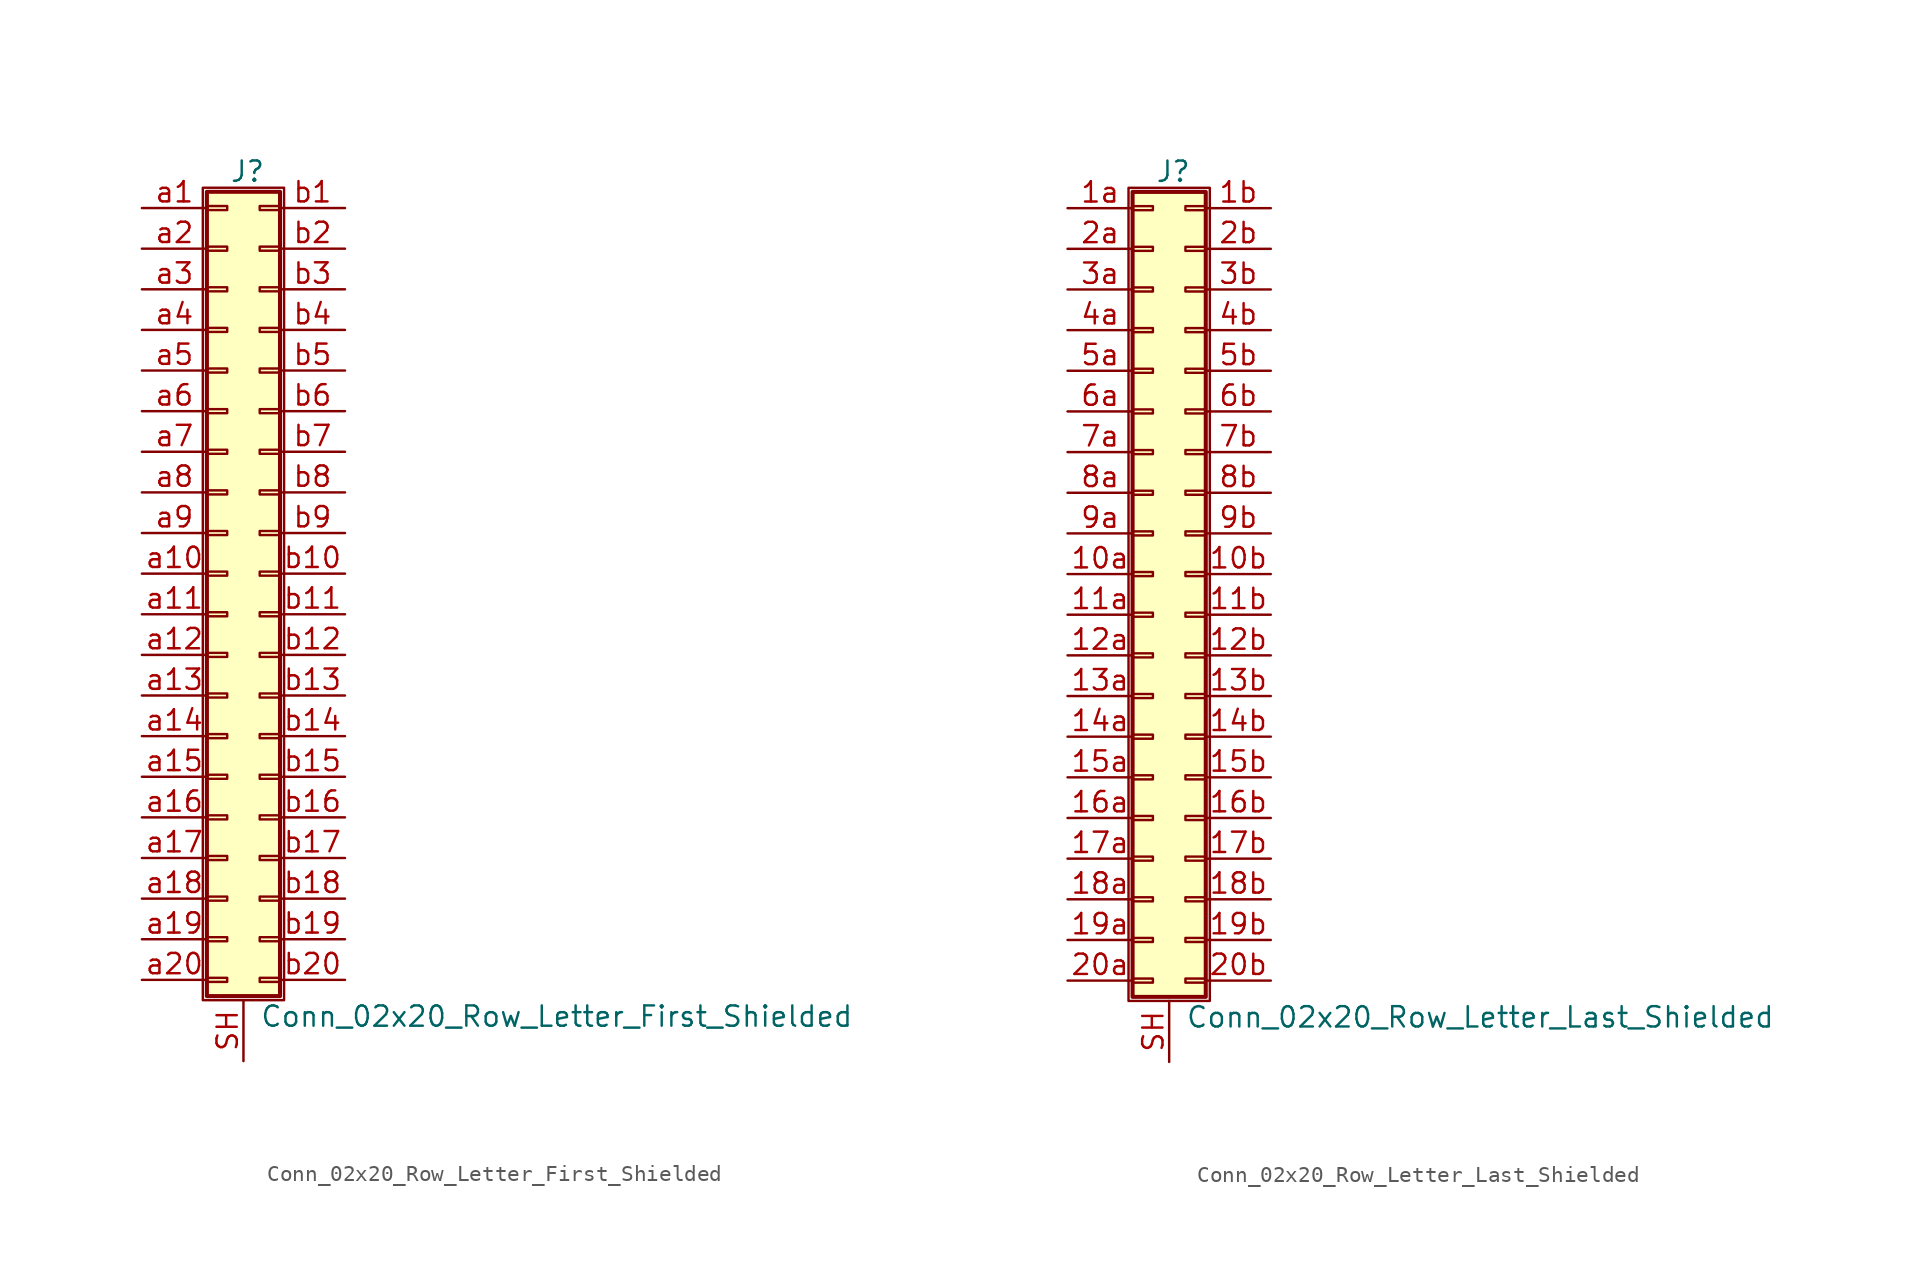
<source format=kicad_sym>
(kicad_symbol_lib
  (version 20201005)
  (generator kicad_symbol_editor)
  (symbol "Connector_Generic_Shielded:Conn_02x20_Row_Letter_First_Shielded"
    (pin_names
      (offset 1.016) hide)
    (property "Reference" "J"
      (at 1.524 25.146 0)
      (effects (font (size 1.27 1.27))))
    (property "Value" "Conn_02x20_Row_Letter_First_Shielded"
      (at 2.286 -27.686 0)
      (effects (font (size 1.27 1.27)) (justify left)))
    (symbol "Conn_02x20_Row_Letter_First_Shielded_1_1"
      (rectangle (start -1.016 -4.953) (end 0.254 -5.207) (stroke (width 0.152)) (fill (type none)))
      (rectangle (start -1.016 -7.493) (end 0.254 -7.747) (stroke (width 0.152)) (fill (type none)))
      (rectangle (start -1.016 -10.033) (end 0.254 -10.287) (stroke (width 0.152)) (fill (type none)))
      (rectangle (start -1.016 -12.573) (end 0.254 -12.827) (stroke (width 0.152)) (fill (type none)))
      (rectangle (start -1.016 -15.113) (end 0.254 -15.367) (stroke (width 0.152)) (fill (type none)))
      (rectangle (start -1.016 -17.653) (end 0.254 -17.907) (stroke (width 0.152)) (fill (type none)))
      (rectangle (start -1.016 -20.193) (end 0.254 -20.447) (stroke (width 0.152)) (fill (type none)))
      (rectangle (start -1.016 -22.733) (end 0.254 -22.987) (stroke (width 0.152)) (fill (type none)))
      (rectangle (start -1.016 -2.413) (end 0.254 -2.667) (stroke (width 0.152)) (fill (type none)))
      (rectangle (start -1.016 -25.273) (end 0.254 -25.527) (stroke (width 0.152)) (fill (type none)))
      (rectangle (start -1.016 2.667) (end 0.254 2.413) (stroke (width 0.152)) (fill (type none)))
      (rectangle (start -1.016 5.207) (end 0.254 4.953) (stroke (width 0.152)) (fill (type none)))
      (rectangle (start -1.016 7.747) (end 0.254 7.493) (stroke (width 0.152)) (fill (type none)))
      (rectangle (start -1.016 10.287) (end 0.254 10.033) (stroke (width 0.152)) (fill (type none)))
      (rectangle (start -1.016 0.127) (end 0.254 -0.127) (stroke (width 0.152)) (fill (type none)))
      (rectangle (start -1.016 12.827) (end 0.254 12.573) (stroke (width 0.152)) (fill (type none)))
      (rectangle (start -1.016 15.367) (end 0.254 15.113) (stroke (width 0.152)) (fill (type none)))
      (rectangle (start -1.016 17.907) (end 0.254 17.653) (stroke (width 0.152)) (fill (type none)))
      (rectangle (start -1.016 20.447) (end 0.254 20.193) (stroke (width 0.152)) (fill (type none)))
      (rectangle (start -1.016 22.987) (end 0.254 22.733) (stroke (width 0.152)) (fill (type none)))
      (rectangle (start -1.016 23.876) (end 3.556 -26.416) (stroke (width 0.254)) (fill (type background)))
      (rectangle (start -1.27 24.13) (end 3.81 -26.67) (stroke (width 0.152)) (fill (type none)))
      (rectangle (start 3.556 -4.953) (end 2.286 -5.207) (stroke (width 0.152)) (fill (type none)))
      (rectangle (start 3.556 -7.493) (end 2.286 -7.747) (stroke (width 0.152)) (fill (type none)))
      (rectangle (start 3.556 -10.033) (end 2.286 -10.287) (stroke (width 0.152)) (fill (type none)))
      (rectangle (start 3.556 -12.573) (end 2.286 -12.827) (stroke (width 0.152)) (fill (type none)))
      (rectangle (start 3.556 -15.113) (end 2.286 -15.367) (stroke (width 0.152)) (fill (type none)))
      (rectangle (start 3.556 -17.653) (end 2.286 -17.907) (stroke (width 0.152)) (fill (type none)))
      (rectangle (start 3.556 -20.193) (end 2.286 -20.447) (stroke (width 0.152)) (fill (type none)))
      (rectangle (start 3.556 -22.733) (end 2.286 -22.987) (stroke (width 0.152)) (fill (type none)))
      (rectangle (start 3.556 -2.413) (end 2.286 -2.667) (stroke (width 0.152)) (fill (type none)))
      (rectangle (start 3.556 -25.273) (end 2.286 -25.527) (stroke (width 0.152)) (fill (type none)))
      (rectangle (start 3.556 2.667) (end 2.286 2.413) (stroke (width 0.152)) (fill (type none)))
      (rectangle (start 3.556 5.207) (end 2.286 4.953) (stroke (width 0.152)) (fill (type none)))
      (rectangle (start 3.556 7.747) (end 2.286 7.493) (stroke (width 0.152)) (fill (type none)))
      (rectangle (start 3.556 10.287) (end 2.286 10.033) (stroke (width 0.152)) (fill (type none)))
      (rectangle (start 3.556 0.127) (end 2.286 -0.127) (stroke (width 0.152)) (fill (type none)))
      (rectangle (start 3.556 12.827) (end 2.286 12.573) (stroke (width 0.152)) (fill (type none)))
      (rectangle (start 3.556 15.367) (end 2.286 15.113) (stroke (width 0.152)) (fill (type none)))
      (rectangle (start 3.556 17.907) (end 2.286 17.653) (stroke (width 0.152)) (fill (type none)))
      (rectangle (start 3.556 20.447) (end 2.286 20.193) (stroke (width 0.152)) (fill (type none)))
      (rectangle (start 3.556 22.987) (end 2.286 22.733) (stroke (width 0.152)) (fill (type none)))
      (pin passive line (at -5.08 22.86 0) (length 4.064) (name "Pin_a1" (effects (font (size 1.27 1.27)))) (number "a1" (effects (font (size 1.27 1.27)))))
      (pin passive line (at -5.08 0 0) (length 4.064) (name "Pin_a10" (effects (font (size 1.27 1.27)))) (number "a10" (effects (font (size 1.27 1.27)))))
      (pin passive line (at -5.08 -2.54 0) (length 4.064) (name "Pin_a11" (effects (font (size 1.27 1.27)))) (number "a11" (effects (font (size 1.27 1.27)))))
      (pin passive line (at -5.08 -5.08 0) (length 4.064) (name "Pin_a12" (effects (font (size 1.27 1.27)))) (number "a12" (effects (font (size 1.27 1.27)))))
      (pin passive line (at -5.08 -7.62 0) (length 4.064) (name "Pin_a13" (effects (font (size 1.27 1.27)))) (number "a13" (effects (font (size 1.27 1.27)))))
      (pin passive line (at -5.08 -10.16 0) (length 4.064) (name "Pin_a14" (effects (font (size 1.27 1.27)))) (number "a14" (effects (font (size 1.27 1.27)))))
      (pin passive line (at -5.08 -12.7 0) (length 4.064) (name "Pin_a15" (effects (font (size 1.27 1.27)))) (number "a15" (effects (font (size 1.27 1.27)))))
      (pin passive line (at -5.08 -15.24 0) (length 4.064) (name "Pin_a16" (effects (font (size 1.27 1.27)))) (number "a16" (effects (font (size 1.27 1.27)))))
      (pin passive line (at -5.08 -17.78 0) (length 4.064) (name "Pin_a17" (effects (font (size 1.27 1.27)))) (number "a17" (effects (font (size 1.27 1.27)))))
      (pin passive line (at -5.08 -20.32 0) (length 4.064) (name "Pin_a18" (effects (font (size 1.27 1.27)))) (number "a18" (effects (font (size 1.27 1.27)))))
      (pin passive line (at -5.08 -22.86 0) (length 4.064) (name "Pin_a19" (effects (font (size 1.27 1.27)))) (number "a19" (effects (font (size 1.27 1.27)))))
      (pin passive line (at -5.08 20.32 0) (length 4.064) (name "Pin_a2" (effects (font (size 1.27 1.27)))) (number "a2" (effects (font (size 1.27 1.27)))))
      (pin passive line (at -5.08 -25.4 0) (length 4.064) (name "Pin_a20" (effects (font (size 1.27 1.27)))) (number "a20" (effects (font (size 1.27 1.27)))))
      (pin passive line (at -5.08 17.78 0) (length 4.064) (name "Pin_a3" (effects (font (size 1.27 1.27)))) (number "a3" (effects (font (size 1.27 1.27)))))
      (pin passive line (at -5.08 15.24 0) (length 4.064) (name "Pin_a4" (effects (font (size 1.27 1.27)))) (number "a4" (effects (font (size 1.27 1.27)))))
      (pin passive line (at -5.08 12.7 0) (length 4.064) (name "Pin_a5" (effects (font (size 1.27 1.27)))) (number "a5" (effects (font (size 1.27 1.27)))))
      (pin passive line (at -5.08 10.16 0) (length 4.064) (name "Pin_a6" (effects (font (size 1.27 1.27)))) (number "a6" (effects (font (size 1.27 1.27)))))
      (pin passive line (at -5.08 7.62 0) (length 4.064) (name "Pin_a7" (effects (font (size 1.27 1.27)))) (number "a7" (effects (font (size 1.27 1.27)))))
      (pin passive line (at -5.08 5.08 0) (length 4.064) (name "Pin_a8" (effects (font (size 1.27 1.27)))) (number "a8" (effects (font (size 1.27 1.27)))))
      (pin passive line (at -5.08 2.54 0) (length 4.064) (name "Pin_a9" (effects (font (size 1.27 1.27)))) (number "a9" (effects (font (size 1.27 1.27)))))
      (pin passive line (at 7.62 22.86 180) (length 4.064) (name "Pin_b1" (effects (font (size 1.27 1.27)))) (number "b1" (effects (font (size 1.27 1.27)))))
      (pin passive line (at 7.62 0 180) (length 4.064) (name "Pin_b10" (effects (font (size 1.27 1.27)))) (number "b10" (effects (font (size 1.27 1.27)))))
      (pin passive line (at 7.62 -2.54 180) (length 4.064) (name "Pin_b11" (effects (font (size 1.27 1.27)))) (number "b11" (effects (font (size 1.27 1.27)))))
      (pin passive line (at 7.62 -5.08 180) (length 4.064) (name "Pin_b12" (effects (font (size 1.27 1.27)))) (number "b12" (effects (font (size 1.27 1.27)))))
      (pin passive line (at 7.62 -7.62 180) (length 4.064) (name "Pin_b13" (effects (font (size 1.27 1.27)))) (number "b13" (effects (font (size 1.27 1.27)))))
      (pin passive line (at 7.62 -10.16 180) (length 4.064) (name "Pin_b14" (effects (font (size 1.27 1.27)))) (number "b14" (effects (font (size 1.27 1.27)))))
      (pin passive line (at 7.62 -12.7 180) (length 4.064) (name "Pin_b15" (effects (font (size 1.27 1.27)))) (number "b15" (effects (font (size 1.27 1.27)))))
      (pin passive line (at 7.62 -15.24 180) (length 4.064) (name "Pin_b16" (effects (font (size 1.27 1.27)))) (number "b16" (effects (font (size 1.27 1.27)))))
      (pin passive line (at 7.62 -17.78 180) (length 4.064) (name "Pin_b17" (effects (font (size 1.27 1.27)))) (number "b17" (effects (font (size 1.27 1.27)))))
      (pin passive line (at 7.62 -20.32 180) (length 4.064) (name "Pin_b18" (effects (font (size 1.27 1.27)))) (number "b18" (effects (font (size 1.27 1.27)))))
      (pin passive line (at 7.62 -22.86 180) (length 4.064) (name "Pin_b19" (effects (font (size 1.27 1.27)))) (number "b19" (effects (font (size 1.27 1.27)))))
      (pin passive line (at 7.62 20.32 180) (length 4.064) (name "Pin_b2" (effects (font (size 1.27 1.27)))) (number "b2" (effects (font (size 1.27 1.27)))))
      (pin passive line (at 7.62 -25.4 180) (length 4.064) (name "Pin_b20" (effects (font (size 1.27 1.27)))) (number "b20" (effects (font (size 1.27 1.27)))))
      (pin passive line (at 7.62 17.78 180) (length 4.064) (name "Pin_b3" (effects (font (size 1.27 1.27)))) (number "b3" (effects (font (size 1.27 1.27)))))
      (pin passive line (at 7.62 15.24 180) (length 4.064) (name "Pin_b4" (effects (font (size 1.27 1.27)))) (number "b4" (effects (font (size 1.27 1.27)))))
      (pin passive line (at 7.62 12.7 180) (length 4.064) (name "Pin_b5" (effects (font (size 1.27 1.27)))) (number "b5" (effects (font (size 1.27 1.27)))))
      (pin passive line (at 7.62 10.16 180) (length 4.064) (name "Pin_b6" (effects (font (size 1.27 1.27)))) (number "b6" (effects (font (size 1.27 1.27)))))
      (pin passive line (at 7.62 7.62 180) (length 4.064) (name "Pin_b7" (effects (font (size 1.27 1.27)))) (number "b7" (effects (font (size 1.27 1.27)))))
      (pin passive line (at 7.62 5.08 180) (length 4.064) (name "Pin_b8" (effects (font (size 1.27 1.27)))) (number "b8" (effects (font (size 1.27 1.27)))))
      (pin passive line (at 7.62 2.54 180) (length 4.064) (name "Pin_b9" (effects (font (size 1.27 1.27)))) (number "b9" (effects (font (size 1.27 1.27)))))
      (pin passive line (at 1.27 -30.48 90) (length 3.81) (name "Shield" (effects (font (size 1.27 1.27)))) (number "SH" (effects (font (size 1.27 1.27)))))))
  (symbol "Connector_Generic_Shielded:Conn_02x20_Row_Letter_Last_Shielded"
    (pin_names
      (offset 1.016) hide)
    (property "Reference" "J"
      (at 1.524 25.146 0)
      (effects (font (size 1.27 1.27))))
    (property "Value" "Conn_02x20_Row_Letter_Last_Shielded"
      (at 2.286 -27.686 0)
      (effects (font (size 1.27 1.27)) (justify left)))
    (symbol "Conn_02x20_Row_Letter_Last_Shielded_1_1"
      (rectangle (start -1.016 -4.953) (end 0.254 -5.207) (stroke (width 0.152)) (fill (type none)))
      (rectangle (start -1.016 -7.493) (end 0.254 -7.747) (stroke (width 0.152)) (fill (type none)))
      (rectangle (start -1.016 -10.033) (end 0.254 -10.287) (stroke (width 0.152)) (fill (type none)))
      (rectangle (start -1.016 -12.573) (end 0.254 -12.827) (stroke (width 0.152)) (fill (type none)))
      (rectangle (start -1.016 -15.113) (end 0.254 -15.367) (stroke (width 0.152)) (fill (type none)))
      (rectangle (start -1.016 -17.653) (end 0.254 -17.907) (stroke (width 0.152)) (fill (type none)))
      (rectangle (start -1.016 -20.193) (end 0.254 -20.447) (stroke (width 0.152)) (fill (type none)))
      (rectangle (start -1.016 -22.733) (end 0.254 -22.987) (stroke (width 0.152)) (fill (type none)))
      (rectangle (start -1.016 -2.413) (end 0.254 -2.667) (stroke (width 0.152)) (fill (type none)))
      (rectangle (start -1.016 -25.273) (end 0.254 -25.527) (stroke (width 0.152)) (fill (type none)))
      (rectangle (start -1.016 2.667) (end 0.254 2.413) (stroke (width 0.152)) (fill (type none)))
      (rectangle (start -1.016 5.207) (end 0.254 4.953) (stroke (width 0.152)) (fill (type none)))
      (rectangle (start -1.016 7.747) (end 0.254 7.493) (stroke (width 0.152)) (fill (type none)))
      (rectangle (start -1.016 10.287) (end 0.254 10.033) (stroke (width 0.152)) (fill (type none)))
      (rectangle (start -1.016 0.127) (end 0.254 -0.127) (stroke (width 0.152)) (fill (type none)))
      (rectangle (start -1.016 12.827) (end 0.254 12.573) (stroke (width 0.152)) (fill (type none)))
      (rectangle (start -1.016 15.367) (end 0.254 15.113) (stroke (width 0.152)) (fill (type none)))
      (rectangle (start -1.016 17.907) (end 0.254 17.653) (stroke (width 0.152)) (fill (type none)))
      (rectangle (start -1.016 20.447) (end 0.254 20.193) (stroke (width 0.152)) (fill (type none)))
      (rectangle (start -1.016 22.987) (end 0.254 22.733) (stroke (width 0.152)) (fill (type none)))
      (rectangle (start -1.016 23.876) (end 3.556 -26.416) (stroke (width 0.254)) (fill (type background)))
      (rectangle (start -1.27 24.13) (end 3.81 -26.67) (stroke (width 0.152)) (fill (type none)))
      (rectangle (start 3.556 -4.953) (end 2.286 -5.207) (stroke (width 0.152)) (fill (type none)))
      (rectangle (start 3.556 -7.493) (end 2.286 -7.747) (stroke (width 0.152)) (fill (type none)))
      (rectangle (start 3.556 -10.033) (end 2.286 -10.287) (stroke (width 0.152)) (fill (type none)))
      (rectangle (start 3.556 -12.573) (end 2.286 -12.827) (stroke (width 0.152)) (fill (type none)))
      (rectangle (start 3.556 -15.113) (end 2.286 -15.367) (stroke (width 0.152)) (fill (type none)))
      (rectangle (start 3.556 -17.653) (end 2.286 -17.907) (stroke (width 0.152)) (fill (type none)))
      (rectangle (start 3.556 -20.193) (end 2.286 -20.447) (stroke (width 0.152)) (fill (type none)))
      (rectangle (start 3.556 -22.733) (end 2.286 -22.987) (stroke (width 0.152)) (fill (type none)))
      (rectangle (start 3.556 -2.413) (end 2.286 -2.667) (stroke (width 0.152)) (fill (type none)))
      (rectangle (start 3.556 -25.273) (end 2.286 -25.527) (stroke (width 0.152)) (fill (type none)))
      (rectangle (start 3.556 2.667) (end 2.286 2.413) (stroke (width 0.152)) (fill (type none)))
      (rectangle (start 3.556 5.207) (end 2.286 4.953) (stroke (width 0.152)) (fill (type none)))
      (rectangle (start 3.556 7.747) (end 2.286 7.493) (stroke (width 0.152)) (fill (type none)))
      (rectangle (start 3.556 10.287) (end 2.286 10.033) (stroke (width 0.152)) (fill (type none)))
      (rectangle (start 3.556 0.127) (end 2.286 -0.127) (stroke (width 0.152)) (fill (type none)))
      (rectangle (start 3.556 12.827) (end 2.286 12.573) (stroke (width 0.152)) (fill (type none)))
      (rectangle (start 3.556 15.367) (end 2.286 15.113) (stroke (width 0.152)) (fill (type none)))
      (rectangle (start 3.556 17.907) (end 2.286 17.653) (stroke (width 0.152)) (fill (type none)))
      (rectangle (start 3.556 20.447) (end 2.286 20.193) (stroke (width 0.152)) (fill (type none)))
      (rectangle (start 3.556 22.987) (end 2.286 22.733) (stroke (width 0.152)) (fill (type none)))
      (pin passive line (at -5.08 0 0) (length 4.064) (name "Pin_10a" (effects (font (size 1.27 1.27)))) (number "10a" (effects (font (size 1.27 1.27)))))
      (pin passive line (at 7.62 0 180) (length 4.064) (name "Pin_10b" (effects (font (size 1.27 1.27)))) (number "10b" (effects (font (size 1.27 1.27)))))
      (pin passive line (at -5.08 -2.54 0) (length 4.064) (name "Pin_11a" (effects (font (size 1.27 1.27)))) (number "11a" (effects (font (size 1.27 1.27)))))
      (pin passive line (at 7.62 -2.54 180) (length 4.064) (name "Pin_11b" (effects (font (size 1.27 1.27)))) (number "11b" (effects (font (size 1.27 1.27)))))
      (pin passive line (at -5.08 -5.08 0) (length 4.064) (name "Pin_12a" (effects (font (size 1.27 1.27)))) (number "12a" (effects (font (size 1.27 1.27)))))
      (pin passive line (at 7.62 -5.08 180) (length 4.064) (name "Pin_12b" (effects (font (size 1.27 1.27)))) (number "12b" (effects (font (size 1.27 1.27)))))
      (pin passive line (at -5.08 -7.62 0) (length 4.064) (name "Pin_13a" (effects (font (size 1.27 1.27)))) (number "13a" (effects (font (size 1.27 1.27)))))
      (pin passive line (at 7.62 -7.62 180) (length 4.064) (name "Pin_13b" (effects (font (size 1.27 1.27)))) (number "13b" (effects (font (size 1.27 1.27)))))
      (pin passive line (at -5.08 -10.16 0) (length 4.064) (name "Pin_14a" (effects (font (size 1.27 1.27)))) (number "14a" (effects (font (size 1.27 1.27)))))
      (pin passive line (at 7.62 -10.16 180) (length 4.064) (name "Pin_14b" (effects (font (size 1.27 1.27)))) (number "14b" (effects (font (size 1.27 1.27)))))
      (pin passive line (at -5.08 -12.7 0) (length 4.064) (name "Pin_15a" (effects (font (size 1.27 1.27)))) (number "15a" (effects (font (size 1.27 1.27)))))
      (pin passive line (at 7.62 -12.7 180) (length 4.064) (name "Pin_15b" (effects (font (size 1.27 1.27)))) (number "15b" (effects (font (size 1.27 1.27)))))
      (pin passive line (at -5.08 -15.24 0) (length 4.064) (name "Pin_16a" (effects (font (size 1.27 1.27)))) (number "16a" (effects (font (size 1.27 1.27)))))
      (pin passive line (at 7.62 -15.24 180) (length 4.064) (name "Pin_16b" (effects (font (size 1.27 1.27)))) (number "16b" (effects (font (size 1.27 1.27)))))
      (pin passive line (at -5.08 -17.78 0) (length 4.064) (name "Pin_17a" (effects (font (size 1.27 1.27)))) (number "17a" (effects (font (size 1.27 1.27)))))
      (pin passive line (at 7.62 -17.78 180) (length 4.064) (name "Pin_17b" (effects (font (size 1.27 1.27)))) (number "17b" (effects (font (size 1.27 1.27)))))
      (pin passive line (at -5.08 -20.32 0) (length 4.064) (name "Pin_18a" (effects (font (size 1.27 1.27)))) (number "18a" (effects (font (size 1.27 1.27)))))
      (pin passive line (at 7.62 -20.32 180) (length 4.064) (name "Pin_18b" (effects (font (size 1.27 1.27)))) (number "18b" (effects (font (size 1.27 1.27)))))
      (pin passive line (at -5.08 -22.86 0) (length 4.064) (name "Pin_19a" (effects (font (size 1.27 1.27)))) (number "19a" (effects (font (size 1.27 1.27)))))
      (pin passive line (at 7.62 -22.86 180) (length 4.064) (name "Pin_19b" (effects (font (size 1.27 1.27)))) (number "19b" (effects (font (size 1.27 1.27)))))
      (pin passive line (at -5.08 22.86 0) (length 4.064) (name "Pin_1a" (effects (font (size 1.27 1.27)))) (number "1a" (effects (font (size 1.27 1.27)))))
      (pin passive line (at 7.62 22.86 180) (length 4.064) (name "Pin_1b" (effects (font (size 1.27 1.27)))) (number "1b" (effects (font (size 1.27 1.27)))))
      (pin passive line (at -5.08 -25.4 0) (length 4.064) (name "Pin_20a" (effects (font (size 1.27 1.27)))) (number "20a" (effects (font (size 1.27 1.27)))))
      (pin passive line (at 7.62 -25.4 180) (length 4.064) (name "Pin_20b" (effects (font (size 1.27 1.27)))) (number "20b" (effects (font (size 1.27 1.27)))))
      (pin passive line (at -5.08 20.32 0) (length 4.064) (name "Pin_2a" (effects (font (size 1.27 1.27)))) (number "2a" (effects (font (size 1.27 1.27)))))
      (pin passive line (at 7.62 20.32 180) (length 4.064) (name "Pin_2b" (effects (font (size 1.27 1.27)))) (number "2b" (effects (font (size 1.27 1.27)))))
      (pin passive line (at -5.08 17.78 0) (length 4.064) (name "Pin_3a" (effects (font (size 1.27 1.27)))) (number "3a" (effects (font (size 1.27 1.27)))))
      (pin passive line (at 7.62 17.78 180) (length 4.064) (name "Pin_3b" (effects (font (size 1.27 1.27)))) (number "3b" (effects (font (size 1.27 1.27)))))
      (pin passive line (at -5.08 15.24 0) (length 4.064) (name "Pin_4a" (effects (font (size 1.27 1.27)))) (number "4a" (effects (font (size 1.27 1.27)))))
      (pin passive line (at 7.62 15.24 180) (length 4.064) (name "Pin_4b" (effects (font (size 1.27 1.27)))) (number "4b" (effects (font (size 1.27 1.27)))))
      (pin passive line (at -5.08 12.7 0) (length 4.064) (name "Pin_5a" (effects (font (size 1.27 1.27)))) (number "5a" (effects (font (size 1.27 1.27)))))
      (pin passive line (at 7.62 12.7 180) (length 4.064) (name "Pin_5b" (effects (font (size 1.27 1.27)))) (number "5b" (effects (font (size 1.27 1.27)))))
      (pin passive line (at -5.08 10.16 0) (length 4.064) (name "Pin_6a" (effects (font (size 1.27 1.27)))) (number "6a" (effects (font (size 1.27 1.27)))))
      (pin passive line (at 7.62 10.16 180) (length 4.064) (name "Pin_6b" (effects (font (size 1.27 1.27)))) (number "6b" (effects (font (size 1.27 1.27)))))
      (pin passive line (at -5.08 7.62 0) (length 4.064) (name "Pin_7a" (effects (font (size 1.27 1.27)))) (number "7a" (effects (font (size 1.27 1.27)))))
      (pin passive line (at 7.62 7.62 180) (length 4.064) (name "Pin_7b" (effects (font (size 1.27 1.27)))) (number "7b" (effects (font (size 1.27 1.27)))))
      (pin passive line (at -5.08 5.08 0) (length 4.064) (name "Pin_8a" (effects (font (size 1.27 1.27)))) (number "8a" (effects (font (size 1.27 1.27)))))
      (pin passive line (at 7.62 5.08 180) (length 4.064) (name "Pin_8b" (effects (font (size 1.27 1.27)))) (number "8b" (effects (font (size 1.27 1.27)))))
      (pin passive line (at -5.08 2.54 0) (length 4.064) (name "Pin_9a" (effects (font (size 1.27 1.27)))) (number "9a" (effects (font (size 1.27 1.27)))))
      (pin passive line (at 7.62 2.54 180) (length 4.064) (name "Pin_9b" (effects (font (size 1.27 1.27)))) (number "9b" (effects (font (size 1.27 1.27)))))
      (pin passive line (at 1.27 -30.48 90) (length 3.81) (name "Shield" (effects (font (size 1.27 1.27)))) (number "SH" (effects (font (size 1.27 1.27))))))))
</source>
